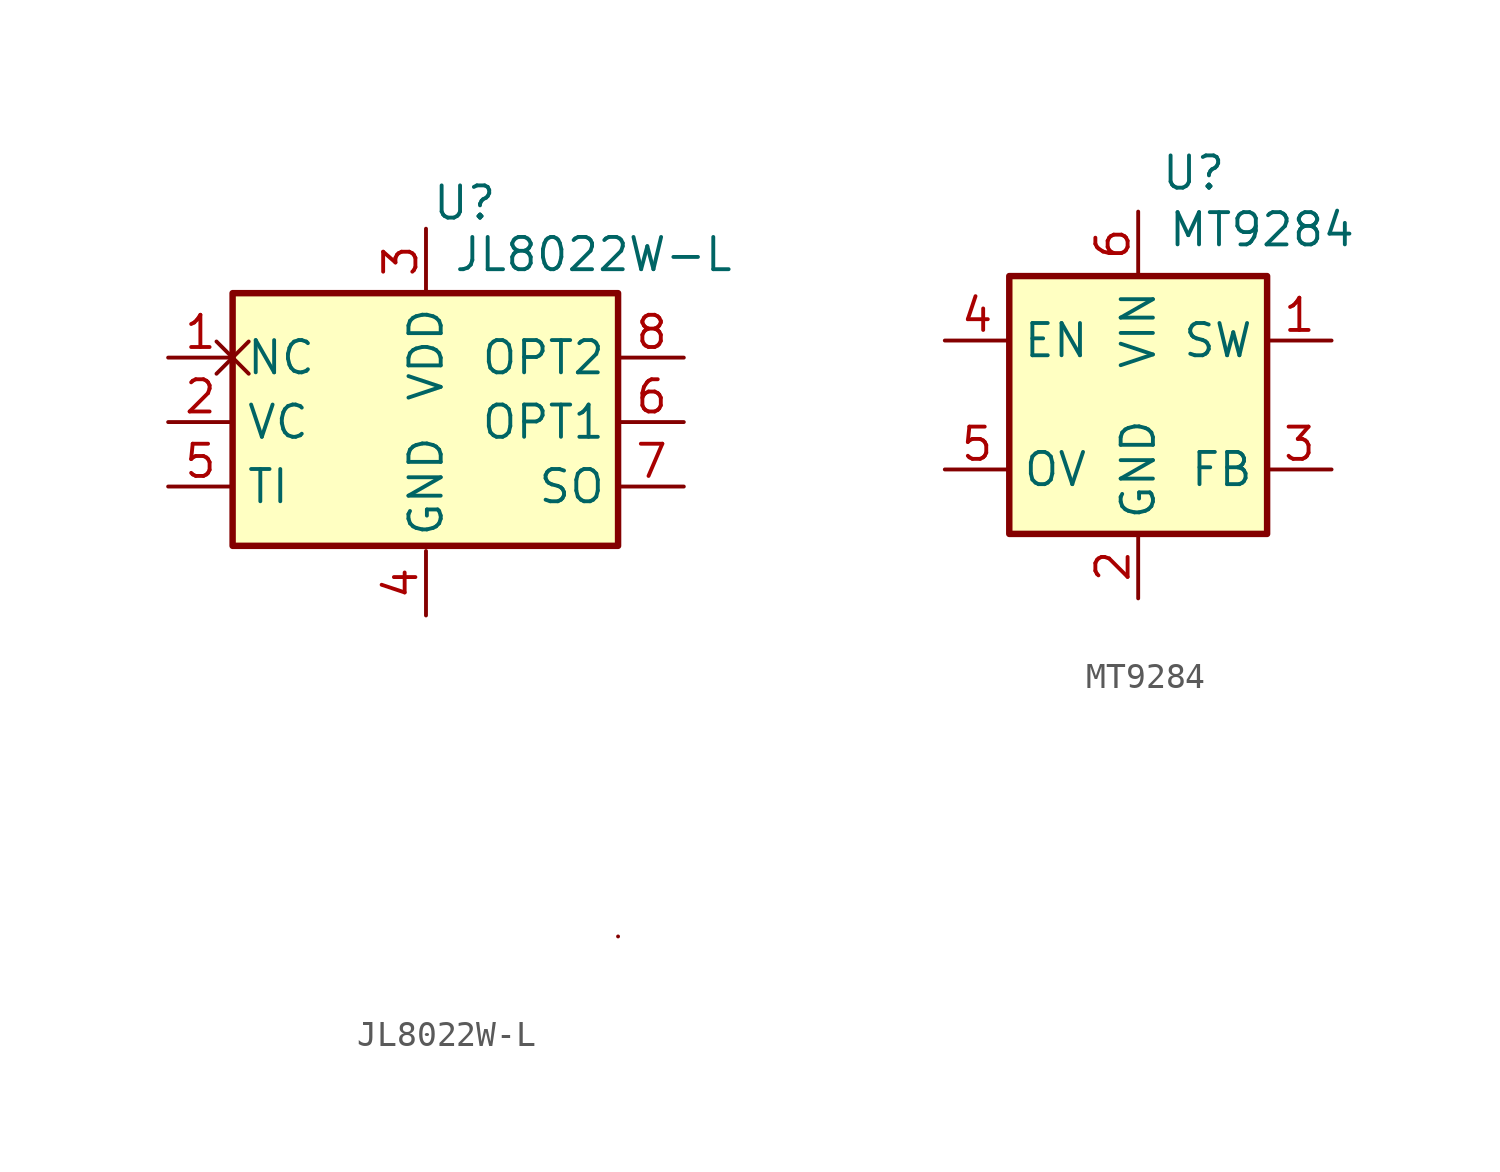
<source format=kicad_sym>
(kicad_symbol_lib
  (version 20211014)
  (generator kicad_symbol_editor)
  (symbol "JL8022W-L"
    (property "Reference" "U"
      (at 1.524 8.636 0)
      (effects (font (size 1.27 1.27))))
    (property "Value" "JL8022W-L"
      (at 6.604 6.604 0)
      (effects (font (size 1.27 1.27))))
    (symbol "JL8022W-L_0_1"
      (rectangle (start -7.62 5.08) (end 7.569 -4.877) (stroke (width 0.254) (type default) (color 0 0 0 0)) (fill (type background)))
      (rectangle (start 7.569 -20.269) (end 7.569 -20.269) (stroke (width 0) (type default) (color 0 0 0 0)) (fill (type none))))
    (symbol "JL8022W-L_1_1"
      (pin passive non_logic (at -10.16 2.54 0) (length 2.54) (name "NC" (effects (font (size 1.27 1.27)))) (number "1" (effects (font (size 1.27 1.27)))))
      (pin input line (at -10.16 0 0) (length 2.54) (name "VC" (effects (font (size 1.27 1.27)))) (number "2" (effects (font (size 1.27 1.27)))))
      (pin power_in line (at 0 7.62 270) (length 2.54) (name "VDD" (effects (font (size 1.27 1.27)))) (number "3" (effects (font (size 1.27 1.27)))))
      (pin power_in line (at 0 -7.62 90) (length 2.54) (name "GND" (effects (font (size 1.27 1.27)))) (number "4" (effects (font (size 1.27 1.27)))))
      (pin input line (at -10.16 -2.54 0) (length 2.54) (name "TI" (effects (font (size 1.27 1.27)))) (number "5" (effects (font (size 1.27 1.27)))))
      (pin input line (at 10.16 0 180) (length 2.54) (name "OPT1" (effects (font (size 1.27 1.27)))) (number "6" (effects (font (size 1.27 1.27)))))
      (pin output line (at 10.16 -2.54 180) (length 2.54) (name "SO" (effects (font (size 1.27 1.27)))) (number "7" (effects (font (size 1.27 1.27)))))
      (pin input line (at 10.16 2.54 180) (length 2.54) (name "OPT2" (effects (font (size 1.27 1.27)))) (number "8" (effects (font (size 1.27 1.27)))))))
  (symbol "MT9284"
    (property "Reference" "U"
      (at 2.184 9.144 0)
      (effects (font (size 1.27 1.27))))
    (property "Value" "MT9284"
      (at 4.877 6.909 0)
      (effects (font (size 1.27 1.27))))
    (symbol "MT9284_0_1"
      (rectangle (start 5.08 -5.08) (end -5.08 5.08) (stroke (width 0.254) (type default) (color 0 0 0 0)) (fill (type background))))
    (symbol "MT9284_1_1"
      (pin open_collector line (at 7.62 2.54 180) (length 2.54) (name "SW" (effects (font (size 1.27 1.27)))) (number "1" (effects (font (size 1.27 1.27)))))
      (pin power_in line (at 0 -7.62 90) (length 2.54) (name "GND" (effects (font (size 1.27 1.27)))) (number "2" (effects (font (size 1.27 1.27)))))
      (pin input line (at 7.62 -2.54 180) (length 2.54) (name "FB" (effects (font (size 1.27 1.27)))) (number "3" (effects (font (size 1.27 1.27)))))
      (pin input line (at -7.62 2.54 0) (length 2.54) (name "EN" (effects (font (size 1.27 1.27)))) (number "4" (effects (font (size 1.27 1.27)))))
      (pin input line (at -7.62 -2.54 0) (length 2.54) (name "OV" (effects (font (size 1.27 1.27)))) (number "5" (effects (font (size 1.27 1.27)))))
      (pin power_in line (at 0 7.62 270) (length 2.54) (name "VIN" (effects (font (size 1.27 1.27)))) (number "6" (effects (font (size 1.27 1.27))))))))
</source>
